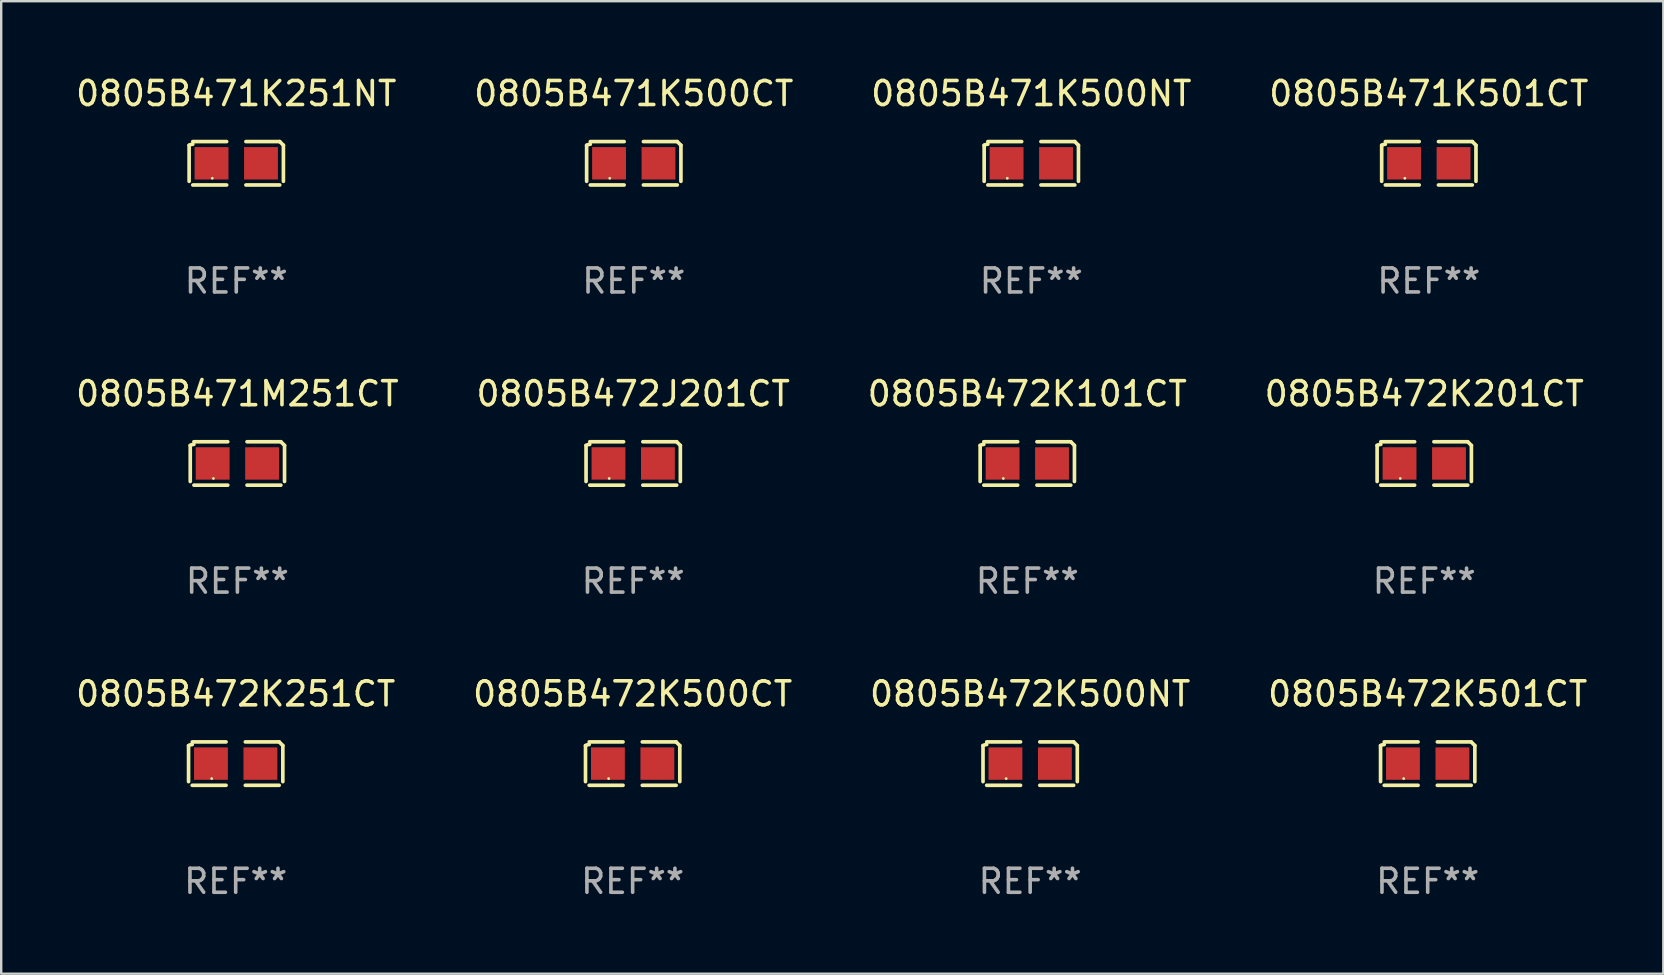
<source format=kicad_pcb>
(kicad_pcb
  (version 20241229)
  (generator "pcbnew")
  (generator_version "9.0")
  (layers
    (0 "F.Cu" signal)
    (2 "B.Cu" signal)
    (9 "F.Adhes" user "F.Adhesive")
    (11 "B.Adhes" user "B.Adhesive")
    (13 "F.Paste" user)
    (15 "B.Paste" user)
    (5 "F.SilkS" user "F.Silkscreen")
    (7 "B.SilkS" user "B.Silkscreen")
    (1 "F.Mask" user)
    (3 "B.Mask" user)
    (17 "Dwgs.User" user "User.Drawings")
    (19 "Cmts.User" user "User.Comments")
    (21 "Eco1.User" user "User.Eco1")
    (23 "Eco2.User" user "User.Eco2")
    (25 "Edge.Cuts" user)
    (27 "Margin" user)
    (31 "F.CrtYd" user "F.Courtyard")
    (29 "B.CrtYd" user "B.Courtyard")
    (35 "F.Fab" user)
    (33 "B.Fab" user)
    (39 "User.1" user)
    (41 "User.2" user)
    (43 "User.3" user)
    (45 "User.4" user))
  (footprint "0805B471K500NT"
    (layer "F.Cu")
    (at 39.911 3.752)
    (property "Reference" "0805B471K500NT" (at 0 -2.904 0) (layer "F.SilkS") (effects (font (size 1 1) (thickness 0.15))))
    (attr through_hole)
    (fp_line (start -1.964 0.751) (end -1.964 -0.751) (stroke (width 0.152) (type solid)) (layer "F.SilkS"))
    (fp_line (start -1.811 -0.904) (end -0.401 -0.904) (stroke (width 0.152) (type solid)) (layer "F.SilkS"))
    (fp_line (start -0.401 0.904) (end -1.811 0.904) (stroke (width 0.152) (type solid)) (layer "F.SilkS"))
    (fp_line (start 0.401 0.904) (end 1.811 0.904) (stroke (width 0.152) (type solid)) (layer "F.SilkS"))
    (fp_line (start 1.811 -0.904) (end 0.401 -0.904) (stroke (width 0.152) (type solid)) (layer "F.SilkS"))
    (fp_line (start 1.964 0.751) (end 1.964 -0.751) (stroke (width 0.152) (type solid)) (layer "F.SilkS"))
    (fp_arc (start -1.963602 -0.751207) (mid -1.890354 -0.783131) (end -1.811201 -0.794044) (stroke (width 0.1524) (type solid)) (layer "F.SilkS"))
    (fp_arc (start 1.811202 -0.903607) (mid 1.887413 -0.827418) (end 1.963602 -0.751207) (stroke (width 0.1524) (type solid)) (layer "F.SilkS"))
    (fp_circle (center -1 0.625) (end -0.97 0.625) (stroke (width 0.06) (type solid)) (fill no) (layer "F.SilkS"))
    (fp_text user "REF**" (at 0 4.904 0) (layer "F.Fab") (effects (font (size 1 1) (thickness 0.15))))
    (pad "1" smd rect (at -1.03 0) (size 1.41 1.35) (layers "F.Cu" "F.Mask" "F.Paste"))
    (pad "2" smd rect (at 1.03 0) (size 1.41 1.35) (layers "F.Cu" "F.Mask" "F.Paste")))
  (footprint "0805B471K500CT"
    (layer "F.Cu")
    (at 23.351 3.752)
    (property "Reference" "0805B471K500CT" (at 0 -2.904 0) (layer "F.SilkS") (effects (font (size 1 1) (thickness 0.15))))
    (attr through_hole)
    (fp_line (start -1.964 0.751) (end -1.964 -0.751) (stroke (width 0.152) (type solid)) (layer "F.SilkS"))
    (fp_line (start -1.811 -0.904) (end -0.401 -0.904) (stroke (width 0.152) (type solid)) (layer "F.SilkS"))
    (fp_line (start -0.401 0.904) (end -1.811 0.904) (stroke (width 0.152) (type solid)) (layer "F.SilkS"))
    (fp_line (start 0.401 0.904) (end 1.811 0.904) (stroke (width 0.152) (type solid)) (layer "F.SilkS"))
    (fp_line (start 1.811 -0.904) (end 0.401 -0.904) (stroke (width 0.152) (type solid)) (layer "F.SilkS"))
    (fp_line (start 1.964 0.751) (end 1.964 -0.751) (stroke (width 0.152) (type solid)) (layer "F.SilkS"))
    (fp_arc (start -1.963602 -0.751207) (mid -1.890354 -0.783131) (end -1.811201 -0.794044) (stroke (width 0.1524) (type solid)) (layer "F.SilkS"))
    (fp_arc (start 1.811202 -0.903607) (mid 1.887413 -0.827418) (end 1.963602 -0.751207) (stroke (width 0.1524) (type solid)) (layer "F.SilkS"))
    (fp_circle (center -1 0.625) (end -0.97 0.625) (stroke (width 0.06) (type solid)) (fill no) (layer "F.SilkS"))
    (fp_text user "REF**" (at 0 4.904 0) (layer "F.Fab") (effects (font (size 1 1) (thickness 0.15))))
    (pad "1" smd rect (at -1.03 0) (size 1.41 1.35) (layers "F.Cu" "F.Mask" "F.Paste"))
    (pad "2" smd rect (at 1.03 0) (size 1.41 1.35) (layers "F.Cu" "F.Mask" "F.Paste")))
  (footprint "0805B472K501CT"
    (layer "F.Cu")
    (at 56.423 28.759)
    (property "Reference" "0805B472K501CT" (at 0 -2.904 0) (layer "F.SilkS") (effects (font (size 1 1) (thickness 0.15))))
    (attr through_hole)
    (fp_line (start -1.964 0.751) (end -1.964 -0.751) (stroke (width 0.152) (type solid)) (layer "F.SilkS"))
    (fp_line (start -1.811 -0.904) (end -0.401 -0.904) (stroke (width 0.152) (type solid)) (layer "F.SilkS"))
    (fp_line (start -0.401 0.904) (end -1.811 0.904) (stroke (width 0.152) (type solid)) (layer "F.SilkS"))
    (fp_line (start 0.401 0.904) (end 1.811 0.904) (stroke (width 0.152) (type solid)) (layer "F.SilkS"))
    (fp_line (start 1.811 -0.904) (end 0.401 -0.904) (stroke (width 0.152) (type solid)) (layer "F.SilkS"))
    (fp_line (start 1.964 0.751) (end 1.964 -0.751) (stroke (width 0.152) (type solid)) (layer "F.SilkS"))
    (fp_arc (start -1.963602 -0.751207) (mid -1.890354 -0.783131) (end -1.811201 -0.794044) (stroke (width 0.1524) (type solid)) (layer "F.SilkS"))
    (fp_arc (start 1.811202 -0.903607) (mid 1.887413 -0.827418) (end 1.963602 -0.751207) (stroke (width 0.1524) (type solid)) (layer "F.SilkS"))
    (fp_circle (center -1 0.625) (end -0.97 0.625) (stroke (width 0.06) (type solid)) (fill no) (layer "F.SilkS"))
    (fp_text user "REF**" (at 0 4.904 0) (layer "F.Fab") (effects (font (size 1 1) (thickness 0.15))))
    (pad "1" smd rect (at -1.03 0) (size 1.41 1.35) (layers "F.Cu" "F.Mask" "F.Paste"))
    (pad "2" smd rect (at 1.03 0) (size 1.41 1.35) (layers "F.Cu" "F.Mask" "F.Paste")))
  (footprint "0805B471M251CT"
    (layer "F.Cu")
    (at 6.839 16.256)
    (property "Reference" "0805B471M251CT" (at 0 -2.904 0) (layer "F.SilkS") (effects (font (size 1 1) (thickness 0.15))))
    (attr through_hole)
    (fp_line (start -1.964 0.751) (end -1.964 -0.751) (stroke (width 0.152) (type solid)) (layer "F.SilkS"))
    (fp_line (start -1.811 -0.904) (end -0.401 -0.904) (stroke (width 0.152) (type solid)) (layer "F.SilkS"))
    (fp_line (start -0.401 0.904) (end -1.811 0.904) (stroke (width 0.152) (type solid)) (layer "F.SilkS"))
    (fp_line (start 0.401 0.904) (end 1.811 0.904) (stroke (width 0.152) (type solid)) (layer "F.SilkS"))
    (fp_line (start 1.811 -0.904) (end 0.401 -0.904) (stroke (width 0.152) (type solid)) (layer "F.SilkS"))
    (fp_line (start 1.964 0.751) (end 1.964 -0.751) (stroke (width 0.152) (type solid)) (layer "F.SilkS"))
    (fp_arc (start -1.963602 -0.751207) (mid -1.890354 -0.783131) (end -1.811201 -0.794044) (stroke (width 0.1524) (type solid)) (layer "F.SilkS"))
    (fp_arc (start 1.811202 -0.903607) (mid 1.887413 -0.827418) (end 1.963602 -0.751207) (stroke (width 0.1524) (type solid)) (layer "F.SilkS"))
    (fp_circle (center -1 0.625) (end -0.97 0.625) (stroke (width 0.06) (type solid)) (fill no) (layer "F.SilkS"))
    (fp_text user "REF**" (at 0 4.904 0) (layer "F.Fab") (effects (font (size 1 1) (thickness 0.15))))
    (pad "1" smd rect (at -1.03 0) (size 1.41 1.35) (layers "F.Cu" "F.Mask" "F.Paste"))
    (pad "2" smd rect (at 1.03 0) (size 1.41 1.35) (layers "F.Cu" "F.Mask" "F.Paste")))
  (footprint "0805B472J201CT"
    (layer "F.Cu")
    (at 23.327 16.256)
    (property "Reference" "0805B472J201CT" (at 0 -2.904 0) (layer "F.SilkS") (effects (font (size 1 1) (thickness 0.15))))
    (attr through_hole)
    (fp_line (start -1.964 0.751) (end -1.964 -0.751) (stroke (width 0.152) (type solid)) (layer "F.SilkS"))
    (fp_line (start -1.811 -0.904) (end -0.401 -0.904) (stroke (width 0.152) (type solid)) (layer "F.SilkS"))
    (fp_line (start -0.401 0.904) (end -1.811 0.904) (stroke (width 0.152) (type solid)) (layer "F.SilkS"))
    (fp_line (start 0.401 0.904) (end 1.811 0.904) (stroke (width 0.152) (type solid)) (layer "F.SilkS"))
    (fp_line (start 1.811 -0.904) (end 0.401 -0.904) (stroke (width 0.152) (type solid)) (layer "F.SilkS"))
    (fp_line (start 1.964 0.751) (end 1.964 -0.751) (stroke (width 0.152) (type solid)) (layer "F.SilkS"))
    (fp_arc (start -1.963602 -0.751207) (mid -1.890354 -0.783131) (end -1.811201 -0.794044) (stroke (width 0.1524) (type solid)) (layer "F.SilkS"))
    (fp_arc (start 1.811202 -0.903607) (mid 1.887413 -0.827418) (end 1.963602 -0.751207) (stroke (width 0.1524) (type solid)) (layer "F.SilkS"))
    (fp_circle (center -1 0.625) (end -0.97 0.625) (stroke (width 0.06) (type solid)) (fill no) (layer "F.SilkS"))
    (fp_text user "REF**" (at 0 4.904 0) (layer "F.Fab") (effects (font (size 1 1) (thickness 0.15))))
    (pad "1" smd rect (at -1.03 0) (size 1.41 1.35) (layers "F.Cu" "F.Mask" "F.Paste"))
    (pad "2" smd rect (at 1.03 0) (size 1.41 1.35) (layers "F.Cu" "F.Mask" "F.Paste")))
  (footprint "0805B472K101CT"
    (layer "F.Cu")
    (at 39.744 16.256)
    (property "Reference" "0805B472K101CT" (at 0 -2.904 0) (layer "F.SilkS") (effects (font (size 1 1) (thickness 0.15))))
    (attr through_hole)
    (fp_line (start -1.964 0.751) (end -1.964 -0.751) (stroke (width 0.152) (type solid)) (layer "F.SilkS"))
    (fp_line (start -1.811 -0.904) (end -0.401 -0.904) (stroke (width 0.152) (type solid)) (layer "F.SilkS"))
    (fp_line (start -0.401 0.904) (end -1.811 0.904) (stroke (width 0.152) (type solid)) (layer "F.SilkS"))
    (fp_line (start 0.401 0.904) (end 1.811 0.904) (stroke (width 0.152) (type solid)) (layer "F.SilkS"))
    (fp_line (start 1.811 -0.904) (end 0.401 -0.904) (stroke (width 0.152) (type solid)) (layer "F.SilkS"))
    (fp_line (start 1.964 0.751) (end 1.964 -0.751) (stroke (width 0.152) (type solid)) (layer "F.SilkS"))
    (fp_arc (start -1.963602 -0.751207) (mid -1.890354 -0.783131) (end -1.811201 -0.794044) (stroke (width 0.1524) (type solid)) (layer "F.SilkS"))
    (fp_arc (start 1.811202 -0.903607) (mid 1.887413 -0.827418) (end 1.963602 -0.751207) (stroke (width 0.1524) (type solid)) (layer "F.SilkS"))
    (fp_circle (center -1 0.625) (end -0.97 0.625) (stroke (width 0.06) (type solid)) (fill no) (layer "F.SilkS"))
    (fp_text user "REF**" (at 0 4.904 0) (layer "F.Fab") (effects (font (size 1 1) (thickness 0.15))))
    (pad "1" smd rect (at -1.03 0) (size 1.41 1.35) (layers "F.Cu" "F.Mask" "F.Paste"))
    (pad "2" smd rect (at 1.03 0) (size 1.41 1.35) (layers "F.Cu" "F.Mask" "F.Paste")))
  (footprint "0805B471K501CT"
    (layer "F.Cu")
    (at 56.47 3.752)
    (property "Reference" "0805B471K501CT" (at 0 -2.904 0) (layer "F.SilkS") (effects (font (size 1 1) (thickness 0.15))))
    (attr through_hole)
    (fp_line (start -1.964 0.751) (end -1.964 -0.751) (stroke (width 0.152) (type solid)) (layer "F.SilkS"))
    (fp_line (start -1.811 -0.904) (end -0.401 -0.904) (stroke (width 0.152) (type solid)) (layer "F.SilkS"))
    (fp_line (start -0.401 0.904) (end -1.811 0.904) (stroke (width 0.152) (type solid)) (layer "F.SilkS"))
    (fp_line (start 0.401 0.904) (end 1.811 0.904) (stroke (width 0.152) (type solid)) (layer "F.SilkS"))
    (fp_line (start 1.811 -0.904) (end 0.401 -0.904) (stroke (width 0.152) (type solid)) (layer "F.SilkS"))
    (fp_line (start 1.964 0.751) (end 1.964 -0.751) (stroke (width 0.152) (type solid)) (layer "F.SilkS"))
    (fp_arc (start -1.963602 -0.751207) (mid -1.890354 -0.783131) (end -1.811201 -0.794044) (stroke (width 0.1524) (type solid)) (layer "F.SilkS"))
    (fp_arc (start 1.811202 -0.903607) (mid 1.887413 -0.827418) (end 1.963602 -0.751207) (stroke (width 0.1524) (type solid)) (layer "F.SilkS"))
    (fp_circle (center -1 0.625) (end -0.97 0.625) (stroke (width 0.06) (type solid)) (fill no) (layer "F.SilkS"))
    (fp_text user "REF**" (at 0 4.904 0) (layer "F.Fab") (effects (font (size 1 1) (thickness 0.15))))
    (pad "1" smd rect (at -1.03 0) (size 1.41 1.35) (layers "F.Cu" "F.Mask" "F.Paste"))
    (pad "2" smd rect (at 1.03 0) (size 1.41 1.35) (layers "F.Cu" "F.Mask" "F.Paste")))
  (footprint "0805B472K201CT"
    (layer "F.Cu")
    (at 56.28 16.256)
    (property "Reference" "0805B472K201CT" (at 0 -2.904 0) (layer "F.SilkS") (effects (font (size 1 1) (thickness 0.15))))
    (attr through_hole)
    (fp_line (start -1.964 0.751) (end -1.964 -0.751) (stroke (width 0.152) (type solid)) (layer "F.SilkS"))
    (fp_line (start -1.811 -0.904) (end -0.401 -0.904) (stroke (width 0.152) (type solid)) (layer "F.SilkS"))
    (fp_line (start -0.401 0.904) (end -1.811 0.904) (stroke (width 0.152) (type solid)) (layer "F.SilkS"))
    (fp_line (start 0.401 0.904) (end 1.811 0.904) (stroke (width 0.152) (type solid)) (layer "F.SilkS"))
    (fp_line (start 1.811 -0.904) (end 0.401 -0.904) (stroke (width 0.152) (type solid)) (layer "F.SilkS"))
    (fp_line (start 1.964 0.751) (end 1.964 -0.751) (stroke (width 0.152) (type solid)) (layer "F.SilkS"))
    (fp_arc (start -1.963602 -0.751207) (mid -1.890354 -0.783131) (end -1.811201 -0.794044) (stroke (width 0.1524) (type solid)) (layer "F.SilkS"))
    (fp_arc (start 1.811202 -0.903607) (mid 1.887413 -0.827418) (end 1.963602 -0.751207) (stroke (width 0.1524) (type solid)) (layer "F.SilkS"))
    (fp_circle (center -1 0.625) (end -0.97 0.625) (stroke (width 0.06) (type solid)) (fill no) (layer "F.SilkS"))
    (fp_text user "REF**" (at 0 4.904 0) (layer "F.Fab") (effects (font (size 1 1) (thickness 0.15))))
    (pad "1" smd rect (at -1.03 0) (size 1.41 1.35) (layers "F.Cu" "F.Mask" "F.Paste"))
    (pad "2" smd rect (at 1.03 0) (size 1.41 1.35) (layers "F.Cu" "F.Mask" "F.Paste")))
  (footprint "0805B472K500CT"
    (layer "F.Cu")
    (at 23.304 28.759)
    (property "Reference" "0805B472K500CT" (at 0 -2.904 0) (layer "F.SilkS") (effects (font (size 1 1) (thickness 0.15))))
    (attr through_hole)
    (fp_line (start -1.964 0.751) (end -1.964 -0.751) (stroke (width 0.152) (type solid)) (layer "F.SilkS"))
    (fp_line (start -1.811 -0.904) (end -0.401 -0.904) (stroke (width 0.152) (type solid)) (layer "F.SilkS"))
    (fp_line (start -0.401 0.904) (end -1.811 0.904) (stroke (width 0.152) (type solid)) (layer "F.SilkS"))
    (fp_line (start 0.401 0.904) (end 1.811 0.904) (stroke (width 0.152) (type solid)) (layer "F.SilkS"))
    (fp_line (start 1.811 -0.904) (end 0.401 -0.904) (stroke (width 0.152) (type solid)) (layer "F.SilkS"))
    (fp_line (start 1.964 0.751) (end 1.964 -0.751) (stroke (width 0.152) (type solid)) (layer "F.SilkS"))
    (fp_arc (start -1.963602 -0.751207) (mid -1.890354 -0.783131) (end -1.811201 -0.794044) (stroke (width 0.1524) (type solid)) (layer "F.SilkS"))
    (fp_arc (start 1.811202 -0.903607) (mid 1.887413 -0.827418) (end 1.963602 -0.751207) (stroke (width 0.1524) (type solid)) (layer "F.SilkS"))
    (fp_circle (center -1 0.625) (end -0.97 0.625) (stroke (width 0.06) (type solid)) (fill no) (layer "F.SilkS"))
    (fp_text user "REF**" (at 0 4.904 0) (layer "F.Fab") (effects (font (size 1 1) (thickness 0.15))))
    (pad "1" smd rect (at -1.03 0) (size 1.41 1.35) (layers "F.Cu" "F.Mask" "F.Paste"))
    (pad "2" smd rect (at 1.03 0) (size 1.41 1.35) (layers "F.Cu" "F.Mask" "F.Paste")))
  (footprint "0805B472K251CT"
    (layer "F.Cu")
    (at 6.768 28.759)
    (property "Reference" "0805B472K251CT" (at 0 -2.904 0) (layer "F.SilkS") (effects (font (size 1 1) (thickness 0.15))))
    (attr through_hole)
    (fp_line (start -1.964 0.751) (end -1.964 -0.751) (stroke (width 0.152) (type solid)) (layer "F.SilkS"))
    (fp_line (start -1.811 -0.904) (end -0.401 -0.904) (stroke (width 0.152) (type solid)) (layer "F.SilkS"))
    (fp_line (start -0.401 0.904) (end -1.811 0.904) (stroke (width 0.152) (type solid)) (layer "F.SilkS"))
    (fp_line (start 0.401 0.904) (end 1.811 0.904) (stroke (width 0.152) (type solid)) (layer "F.SilkS"))
    (fp_line (start 1.811 -0.904) (end 0.401 -0.904) (stroke (width 0.152) (type solid)) (layer "F.SilkS"))
    (fp_line (start 1.964 0.751) (end 1.964 -0.751) (stroke (width 0.152) (type solid)) (layer "F.SilkS"))
    (fp_arc (start -1.963602 -0.751207) (mid -1.890354 -0.783131) (end -1.811201 -0.794044) (stroke (width 0.1524) (type solid)) (layer "F.SilkS"))
    (fp_arc (start 1.811202 -0.903607) (mid 1.887413 -0.827418) (end 1.963602 -0.751207) (stroke (width 0.1524) (type solid)) (layer "F.SilkS"))
    (fp_circle (center -1 0.625) (end -0.97 0.625) (stroke (width 0.06) (type solid)) (fill no) (layer "F.SilkS"))
    (fp_text user "REF**" (at 0 4.904 0) (layer "F.Fab") (effects (font (size 1 1) (thickness 0.15))))
    (pad "1" smd rect (at -1.03 0) (size 1.41 1.35) (layers "F.Cu" "F.Mask" "F.Paste"))
    (pad "2" smd rect (at 1.03 0) (size 1.41 1.35) (layers "F.Cu" "F.Mask" "F.Paste")))
  (footprint "0805B472K500NT"
    (layer "F.Cu")
    (at 39.863 28.759)
    (property "Reference" "0805B472K500NT" (at 0 -2.904 0) (layer "F.SilkS") (effects (font (size 1 1) (thickness 0.15))))
    (attr through_hole)
    (fp_line (start -1.964 0.751) (end -1.964 -0.751) (stroke (width 0.152) (type solid)) (layer "F.SilkS"))
    (fp_line (start -1.811 -0.904) (end -0.401 -0.904) (stroke (width 0.152) (type solid)) (layer "F.SilkS"))
    (fp_line (start -0.401 0.904) (end -1.811 0.904) (stroke (width 0.152) (type solid)) (layer "F.SilkS"))
    (fp_line (start 0.401 0.904) (end 1.811 0.904) (stroke (width 0.152) (type solid)) (layer "F.SilkS"))
    (fp_line (start 1.811 -0.904) (end 0.401 -0.904) (stroke (width 0.152) (type solid)) (layer "F.SilkS"))
    (fp_line (start 1.964 0.751) (end 1.964 -0.751) (stroke (width 0.152) (type solid)) (layer "F.SilkS"))
    (fp_arc (start -1.963602 -0.751207) (mid -1.890354 -0.783131) (end -1.811201 -0.794044) (stroke (width 0.1524) (type solid)) (layer "F.SilkS"))
    (fp_arc (start 1.811202 -0.903607) (mid 1.887413 -0.827418) (end 1.963602 -0.751207) (stroke (width 0.1524) (type solid)) (layer "F.SilkS"))
    (fp_circle (center -1 0.625) (end -0.97 0.625) (stroke (width 0.06) (type solid)) (fill no) (layer "F.SilkS"))
    (fp_text user "REF**" (at 0 4.904 0) (layer "F.Fab") (effects (font (size 1 1) (thickness 0.15))))
    (pad "1" smd rect (at -1.03 0) (size 1.41 1.35) (layers "F.Cu" "F.Mask" "F.Paste"))
    (pad "2" smd rect (at 1.03 0) (size 1.41 1.35) (layers "F.Cu" "F.Mask" "F.Paste")))
  (footprint "0805B471K251NT"
    (layer "F.Cu")
    (at 6.792 3.752)
    (property "Reference" "0805B471K251NT" (at 0 -2.904 0) (layer "F.SilkS") (effects (font (size 1 1) (thickness 0.15))))
    (attr through_hole)
    (fp_line (start -1.964 0.751) (end -1.964 -0.751) (stroke (width 0.152) (type solid)) (layer "F.SilkS"))
    (fp_line (start -1.811 -0.904) (end -0.401 -0.904) (stroke (width 0.152) (type solid)) (layer "F.SilkS"))
    (fp_line (start -0.401 0.904) (end -1.811 0.904) (stroke (width 0.152) (type solid)) (layer "F.SilkS"))
    (fp_line (start 0.401 0.904) (end 1.811 0.904) (stroke (width 0.152) (type solid)) (layer "F.SilkS"))
    (fp_line (start 1.811 -0.904) (end 0.401 -0.904) (stroke (width 0.152) (type solid)) (layer "F.SilkS"))
    (fp_line (start 1.964 0.751) (end 1.964 -0.751) (stroke (width 0.152) (type solid)) (layer "F.SilkS"))
    (fp_arc (start -1.963602 -0.751207) (mid -1.890354 -0.783131) (end -1.811201 -0.794044) (stroke (width 0.1524) (type solid)) (layer "F.SilkS"))
    (fp_arc (start 1.811202 -0.903607) (mid 1.887413 -0.827418) (end 1.963602 -0.751207) (stroke (width 0.1524) (type solid)) (layer "F.SilkS"))
    (fp_circle (center -1 0.625) (end -0.97 0.625) (stroke (width 0.06) (type solid)) (fill no) (layer "F.SilkS"))
    (fp_text user "REF**" (at 0 4.904 0) (layer "F.Fab") (effects (font (size 1 1) (thickness 0.15))))
    (pad "1" smd rect (at -1.03 0) (size 1.41 1.35) (layers "F.Cu" "F.Mask" "F.Paste"))
    (pad "2" smd rect (at 1.03 0) (size 1.41 1.35) (layers "F.Cu" "F.Mask" "F.Paste")))
  (gr_rect
    (start -3 -3)
    (end 66.238 37.511)
    (stroke (width 0.1) (type default))
    (fill no)
    (layer "Edge.Cuts")))
</source>
